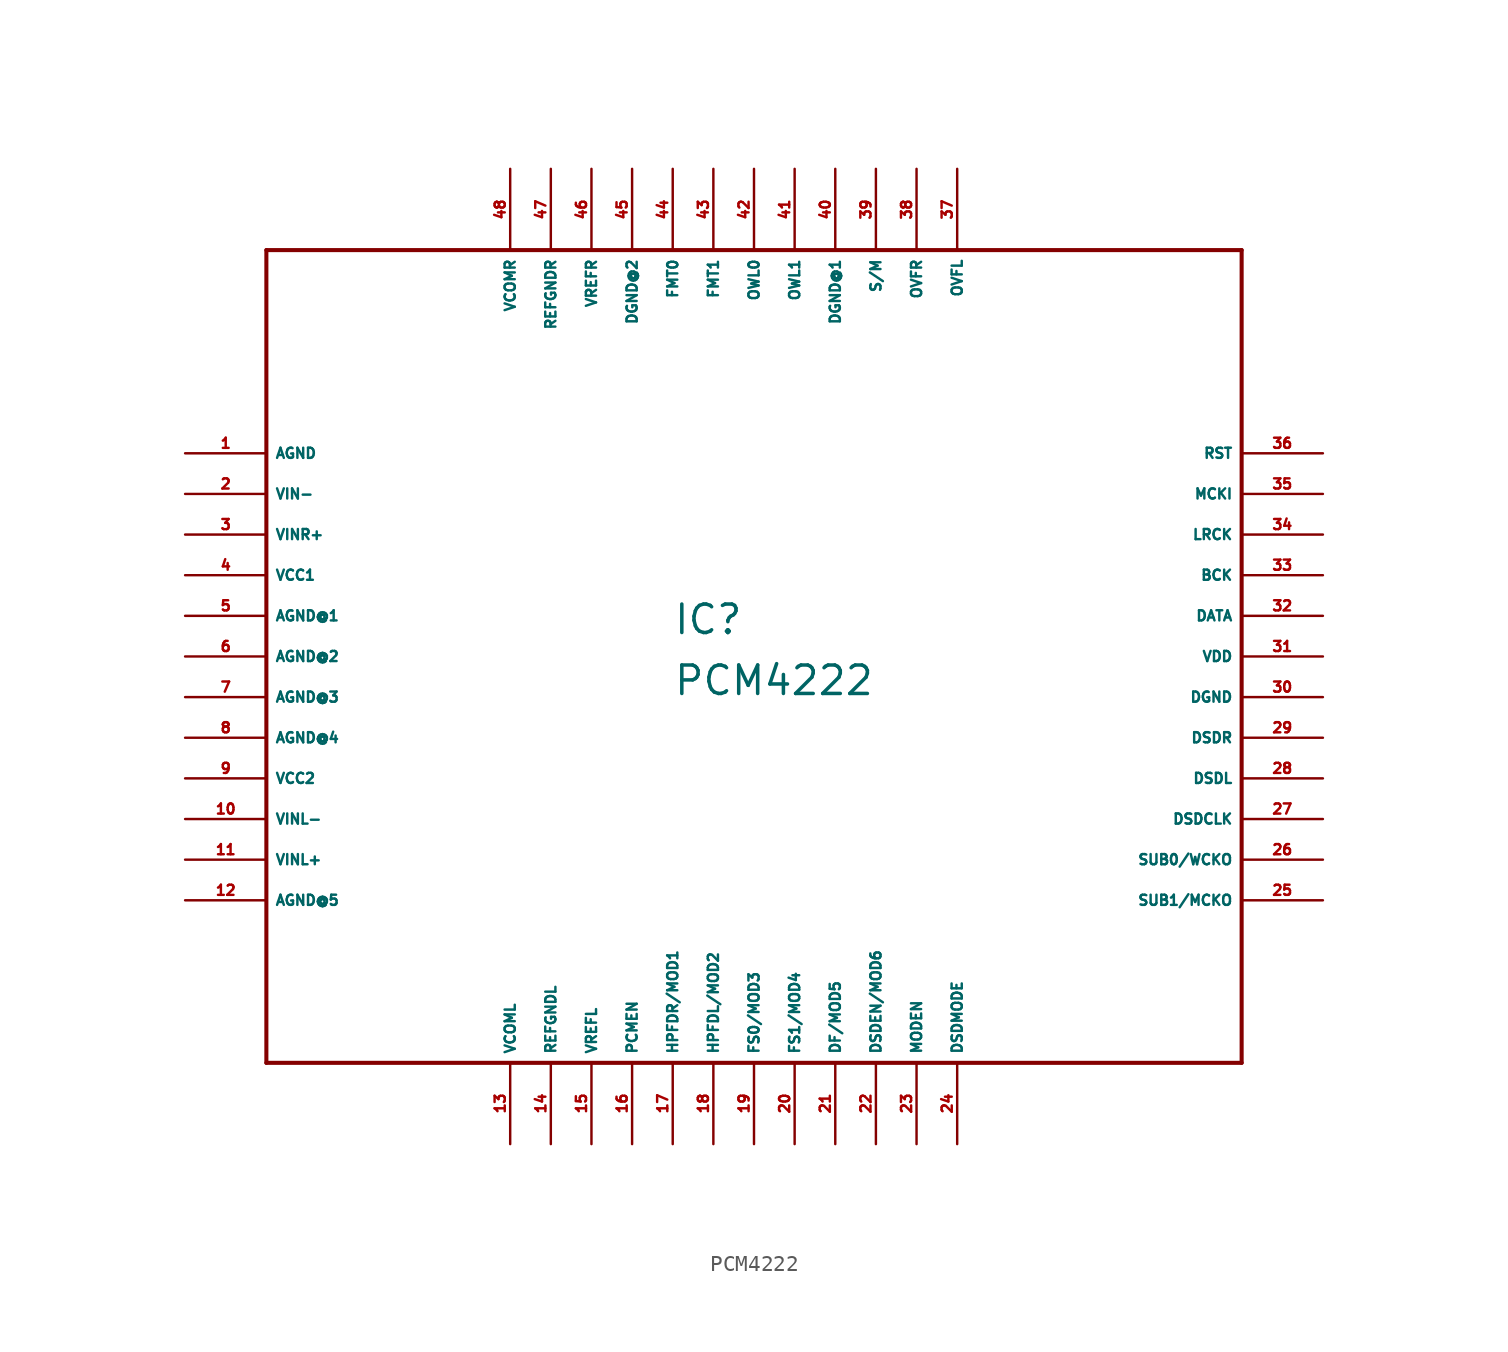
<source format=kicad_sym>
(kicad_symbol_lib
  (version 20220914)
  (generator Eagle2Kicad)
  (symbol "PCM4222"
    (property "Reference" "IC"
      (at -5.08 1.27 0)
      (effects (font (size 1.778 1.778) (thickness 0.22)) (justify left bottom)))
    (property "Value" "PCM4222"
      (at -5.08 -2.54 0)
      (effects (font (size 1.778 1.778) (thickness 0.22)) (justify left bottom)))
    (polyline
      (pts (xy -30.48 -25.4) (xy 30.48 -25.4))
      (stroke (width 0.254) (type default))
      (fill (type none)))
    (polyline
      (pts (xy 30.48 -25.4) (xy 30.48 25.4))
      (stroke (width 0.254) (type default))
      (fill (type none)))
    (polyline
      (pts (xy 30.48 25.4) (xy -30.48 25.4))
      (stroke (width 0.254) (type default))
      (fill (type none)))
    (polyline
      (pts (xy -30.48 25.4) (xy -30.48 -25.4))
      (stroke (width 0.254) (type default))
      (fill (type none)))
    (pin unspecified line
      (at -35.56 12.7 0)
      (length 5.08)
      (name "AGND" (effects (font (size 0.635 0.635) (thickness 0.08)) (justify left bottom)))
      (number "1" (effects (font (size 0.635 0.635) (thickness 0.08)) (justify left bottom))))
    (pin input line
      (at -35.56 10.16 0)
      (length 5.08)
      (name "VIN-" (effects (font (size 0.635 0.635) (thickness 0.08)) (justify left bottom)))
      (number "2" (effects (font (size 0.635 0.635) (thickness 0.08)) (justify left bottom))))
    (pin input line
      (at -35.56 7.62 0)
      (length 5.08)
      (name "VINR+" (effects (font (size 0.635 0.635) (thickness 0.08)) (justify left bottom)))
      (number "3" (effects (font (size 0.635 0.635) (thickness 0.08)) (justify left bottom))))
    (pin unspecified line
      (at -35.56 5.08 0)
      (length 5.08)
      (name "VCC1" (effects (font (size 0.635 0.635) (thickness 0.08)) (justify left bottom)))
      (number "4" (effects (font (size 0.635 0.635) (thickness 0.08)) (justify left bottom))))
    (pin unspecified line
      (at -35.56 2.54 0)
      (length 5.08)
      (name "AGND@1" (effects (font (size 0.635 0.635) (thickness 0.08)) (justify left bottom)))
      (number "5" (effects (font (size 0.635 0.635) (thickness 0.08)) (justify left bottom))))
    (pin unspecified line
      (at -35.56 0 0)
      (length 5.08)
      (name "AGND@2" (effects (font (size 0.635 0.635) (thickness 0.08)) (justify left bottom)))
      (number "6" (effects (font (size 0.635 0.635) (thickness 0.08)) (justify left bottom))))
    (pin unspecified line
      (at -35.56 -2.54 0)
      (length 5.08)
      (name "AGND@3" (effects (font (size 0.635 0.635) (thickness 0.08)) (justify left bottom)))
      (number "7" (effects (font (size 0.635 0.635) (thickness 0.08)) (justify left bottom))))
    (pin unspecified line
      (at -35.56 -5.08 0)
      (length 5.08)
      (name "AGND@4" (effects (font (size 0.635 0.635) (thickness 0.08)) (justify left bottom)))
      (number "8" (effects (font (size 0.635 0.635) (thickness 0.08)) (justify left bottom))))
    (pin unspecified line
      (at -35.56 -7.62 0)
      (length 5.08)
      (name "VCC2" (effects (font (size 0.635 0.635) (thickness 0.08)) (justify left bottom)))
      (number "9" (effects (font (size 0.635 0.635) (thickness 0.08)) (justify left bottom))))
    (pin input line
      (at -35.56 -10.16 0)
      (length 5.08)
      (name "VINL-" (effects (font (size 0.635 0.635) (thickness 0.08)) (justify left bottom)))
      (number "10" (effects (font (size 0.635 0.635) (thickness 0.08)) (justify left bottom))))
    (pin input line
      (at -35.56 -12.7 0)
      (length 5.08)
      (name "VINL+" (effects (font (size 0.635 0.635) (thickness 0.08)) (justify left bottom)))
      (number "11" (effects (font (size 0.635 0.635) (thickness 0.08)) (justify left bottom))))
    (pin unspecified line
      (at -35.56 -15.24 0)
      (length 5.08)
      (name "AGND@5" (effects (font (size 0.635 0.635) (thickness 0.08)) (justify left bottom)))
      (number "12" (effects (font (size 0.635 0.635) (thickness 0.08)) (justify left bottom))))
    (pin output line
      (at -15.24 -30.48 90)
      (length 5.08)
      (name "VCOML" (effects (font (size 0.635 0.635) (thickness 0.08)) (justify left bottom)))
      (number "13" (effects (font (size 0.635 0.635) (thickness 0.08)) (justify left bottom))))
    (pin unspecified line
      (at -12.7 -30.48 90)
      (length 5.08)
      (name "REFGNDL" (effects (font (size 0.635 0.635) (thickness 0.08)) (justify left bottom)))
      (number "14" (effects (font (size 0.635 0.635) (thickness 0.08)) (justify left bottom))))
    (pin output line
      (at -10.16 -30.48 90)
      (length 5.08)
      (name "VREFL" (effects (font (size 0.635 0.635) (thickness 0.08)) (justify left bottom)))
      (number "15" (effects (font (size 0.635 0.635) (thickness 0.08)) (justify left bottom))))
    (pin input line
      (at -7.62 -30.48 90)
      (length 5.08)
      (name "PCMEN" (effects (font (size 0.635 0.635) (thickness 0.08)) (justify left bottom)))
      (number "16" (effects (font (size 0.635 0.635) (thickness 0.08)) (justify left bottom))))
    (pin bidirectional line
      (at -5.08 -30.48 90)
      (length 5.08)
      (name "HPFDR/MOD1" (effects (font (size 0.635 0.635) (thickness 0.08)) (justify left bottom)))
      (number "17" (effects (font (size 0.635 0.635) (thickness 0.08)) (justify left bottom))))
    (pin bidirectional line
      (at -2.54 -30.48 90)
      (length 5.08)
      (name "HPFDL/MOD2" (effects (font (size 0.635 0.635) (thickness 0.08)) (justify left bottom)))
      (number "18" (effects (font (size 0.635 0.635) (thickness 0.08)) (justify left bottom))))
    (pin bidirectional line
      (at 0 -30.48 90)
      (length 5.08)
      (name "FS0/MOD3" (effects (font (size 0.635 0.635) (thickness 0.08)) (justify left bottom)))
      (number "19" (effects (font (size 0.635 0.635) (thickness 0.08)) (justify left bottom))))
    (pin bidirectional line
      (at 2.54 -30.48 90)
      (length 5.08)
      (name "FS1/MOD4" (effects (font (size 0.635 0.635) (thickness 0.08)) (justify left bottom)))
      (number "20" (effects (font (size 0.635 0.635) (thickness 0.08)) (justify left bottom))))
    (pin bidirectional line
      (at 5.08 -30.48 90)
      (length 5.08)
      (name "DF/MOD5" (effects (font (size 0.635 0.635) (thickness 0.08)) (justify left bottom)))
      (number "21" (effects (font (size 0.635 0.635) (thickness 0.08)) (justify left bottom))))
    (pin bidirectional line
      (at 7.62 -30.48 90)
      (length 5.08)
      (name "DSDEN/MOD6" (effects (font (size 0.635 0.635) (thickness 0.08)) (justify left bottom)))
      (number "22" (effects (font (size 0.635 0.635) (thickness 0.08)) (justify left bottom))))
    (pin input line
      (at 10.16 -30.48 90)
      (length 5.08)
      (name "MODEN" (effects (font (size 0.635 0.635) (thickness 0.08)) (justify left bottom)))
      (number "23" (effects (font (size 0.635 0.635) (thickness 0.08)) (justify left bottom))))
    (pin input line
      (at 12.7 -30.48 90)
      (length 5.08)
      (name "DSDMODE" (effects (font (size 0.635 0.635) (thickness 0.08)) (justify left bottom)))
      (number "24" (effects (font (size 0.635 0.635) (thickness 0.08)) (justify left bottom))))
    (pin bidirectional line
      (at 35.56 -15.24 180)
      (length 5.08)
      (name "SUB1/MCKO" (effects (font (size 0.635 0.635) (thickness 0.08)) (justify left bottom)))
      (number "25" (effects (font (size 0.635 0.635) (thickness 0.08)) (justify left bottom))))
    (pin bidirectional line
      (at 35.56 -12.7 180)
      (length 5.08)
      (name "SUB0/WCKO" (effects (font (size 0.635 0.635) (thickness 0.08)) (justify left bottom)))
      (number "26" (effects (font (size 0.635 0.635) (thickness 0.08)) (justify left bottom))))
    (pin output line
      (at 35.56 -10.16 180)
      (length 5.08)
      (name "DSDCLK" (effects (font (size 0.635 0.635) (thickness 0.08)) (justify left bottom)))
      (number "27" (effects (font (size 0.635 0.635) (thickness 0.08)) (justify left bottom))))
    (pin output line
      (at 35.56 -7.62 180)
      (length 5.08)
      (name "DSDL" (effects (font (size 0.635 0.635) (thickness 0.08)) (justify left bottom)))
      (number "28" (effects (font (size 0.635 0.635) (thickness 0.08)) (justify left bottom))))
    (pin output line
      (at 35.56 -5.08 180)
      (length 5.08)
      (name "DSDR" (effects (font (size 0.635 0.635) (thickness 0.08)) (justify left bottom)))
      (number "29" (effects (font (size 0.635 0.635) (thickness 0.08)) (justify left bottom))))
    (pin unspecified line
      (at 35.56 -2.54 180)
      (length 5.08)
      (name "DGND" (effects (font (size 0.635 0.635) (thickness 0.08)) (justify left bottom)))
      (number "30" (effects (font (size 0.635 0.635) (thickness 0.08)) (justify left bottom))))
    (pin unspecified line
      (at 35.56 0 180)
      (length 5.08)
      (name "VDD" (effects (font (size 0.635 0.635) (thickness 0.08)) (justify left bottom)))
      (number "31" (effects (font (size 0.635 0.635) (thickness 0.08)) (justify left bottom))))
    (pin output line
      (at 35.56 2.54 180)
      (length 5.08)
      (name "DATA" (effects (font (size 0.635 0.635) (thickness 0.08)) (justify left bottom)))
      (number "32" (effects (font (size 0.635 0.635) (thickness 0.08)) (justify left bottom))))
    (pin bidirectional line
      (at 35.56 5.08 180)
      (length 5.08)
      (name "BCK" (effects (font (size 0.635 0.635) (thickness 0.08)) (justify left bottom)))
      (number "33" (effects (font (size 0.635 0.635) (thickness 0.08)) (justify left bottom))))
    (pin bidirectional line
      (at 35.56 7.62 180)
      (length 5.08)
      (name "LRCK" (effects (font (size 0.635 0.635) (thickness 0.08)) (justify left bottom)))
      (number "34" (effects (font (size 0.635 0.635) (thickness 0.08)) (justify left bottom))))
    (pin input line
      (at 35.56 10.16 180)
      (length 5.08)
      (name "MCKI" (effects (font (size 0.635 0.635) (thickness 0.08)) (justify left bottom)))
      (number "35" (effects (font (size 0.635 0.635) (thickness 0.08)) (justify left bottom))))
    (pin input line
      (at 35.56 12.7 180)
      (length 5.08)
      (name "RST" (effects (font (size 0.635 0.635) (thickness 0.08)) (justify left bottom)))
      (number "36" (effects (font (size 0.635 0.635) (thickness 0.08)) (justify left bottom))))
    (pin output line
      (at 12.7 30.48 270)
      (length 5.08)
      (name "OVFL" (effects (font (size 0.635 0.635) (thickness 0.08)) (justify left bottom)))
      (number "37" (effects (font (size 0.635 0.635) (thickness 0.08)) (justify left bottom))))
    (pin output line
      (at 10.16 30.48 270)
      (length 5.08)
      (name "OVFR" (effects (font (size 0.635 0.635) (thickness 0.08)) (justify left bottom)))
      (number "38" (effects (font (size 0.635 0.635) (thickness 0.08)) (justify left bottom))))
    (pin input line
      (at 7.62 30.48 270)
      (length 5.08)
      (name "S/M" (effects (font (size 0.635 0.635) (thickness 0.08)) (justify left bottom)))
      (number "39" (effects (font (size 0.635 0.635) (thickness 0.08)) (justify left bottom))))
    (pin output line
      (at 5.08 30.48 270)
      (length 5.08)
      (name "DGND@1" (effects (font (size 0.635 0.635) (thickness 0.08)) (justify left bottom)))
      (number "40" (effects (font (size 0.635 0.635) (thickness 0.08)) (justify left bottom))))
    (pin input line
      (at 2.54 30.48 270)
      (length 5.08)
      (name "OWL1" (effects (font (size 0.635 0.635) (thickness 0.08)) (justify left bottom)))
      (number "41" (effects (font (size 0.635 0.635) (thickness 0.08)) (justify left bottom))))
    (pin input line
      (at 0 30.48 270)
      (length 5.08)
      (name "OWL0" (effects (font (size 0.635 0.635) (thickness 0.08)) (justify left bottom)))
      (number "42" (effects (font (size 0.635 0.635) (thickness 0.08)) (justify left bottom))))
    (pin input line
      (at -2.54 30.48 270)
      (length 5.08)
      (name "FMT1" (effects (font (size 0.635 0.635) (thickness 0.08)) (justify left bottom)))
      (number "43" (effects (font (size 0.635 0.635) (thickness 0.08)) (justify left bottom))))
    (pin input line
      (at -5.08 30.48 270)
      (length 5.08)
      (name "FMT0" (effects (font (size 0.635 0.635) (thickness 0.08)) (justify left bottom)))
      (number "44" (effects (font (size 0.635 0.635) (thickness 0.08)) (justify left bottom))))
    (pin unspecified line
      (at -7.62 30.48 270)
      (length 5.08)
      (name "DGND@2" (effects (font (size 0.635 0.635) (thickness 0.08)) (justify left bottom)))
      (number "45" (effects (font (size 0.635 0.635) (thickness 0.08)) (justify left bottom))))
    (pin output line
      (at -10.16 30.48 270)
      (length 5.08)
      (name "VREFR" (effects (font (size 0.635 0.635) (thickness 0.08)) (justify left bottom)))
      (number "46" (effects (font (size 0.635 0.635) (thickness 0.08)) (justify left bottom))))
    (pin unspecified line
      (at -12.7 30.48 270)
      (length 5.08)
      (name "REFGNDR" (effects (font (size 0.635 0.635) (thickness 0.08)) (justify left bottom)))
      (number "47" (effects (font (size 0.635 0.635) (thickness 0.08)) (justify left bottom))))
    (pin output line
      (at -15.24 30.48 270)
      (length 5.08)
      (name "VCOMR" (effects (font (size 0.635 0.635) (thickness 0.08)) (justify left bottom)))
      (number "48" (effects (font (size 0.635 0.635) (thickness 0.08)) (justify left bottom))))))
</source>
